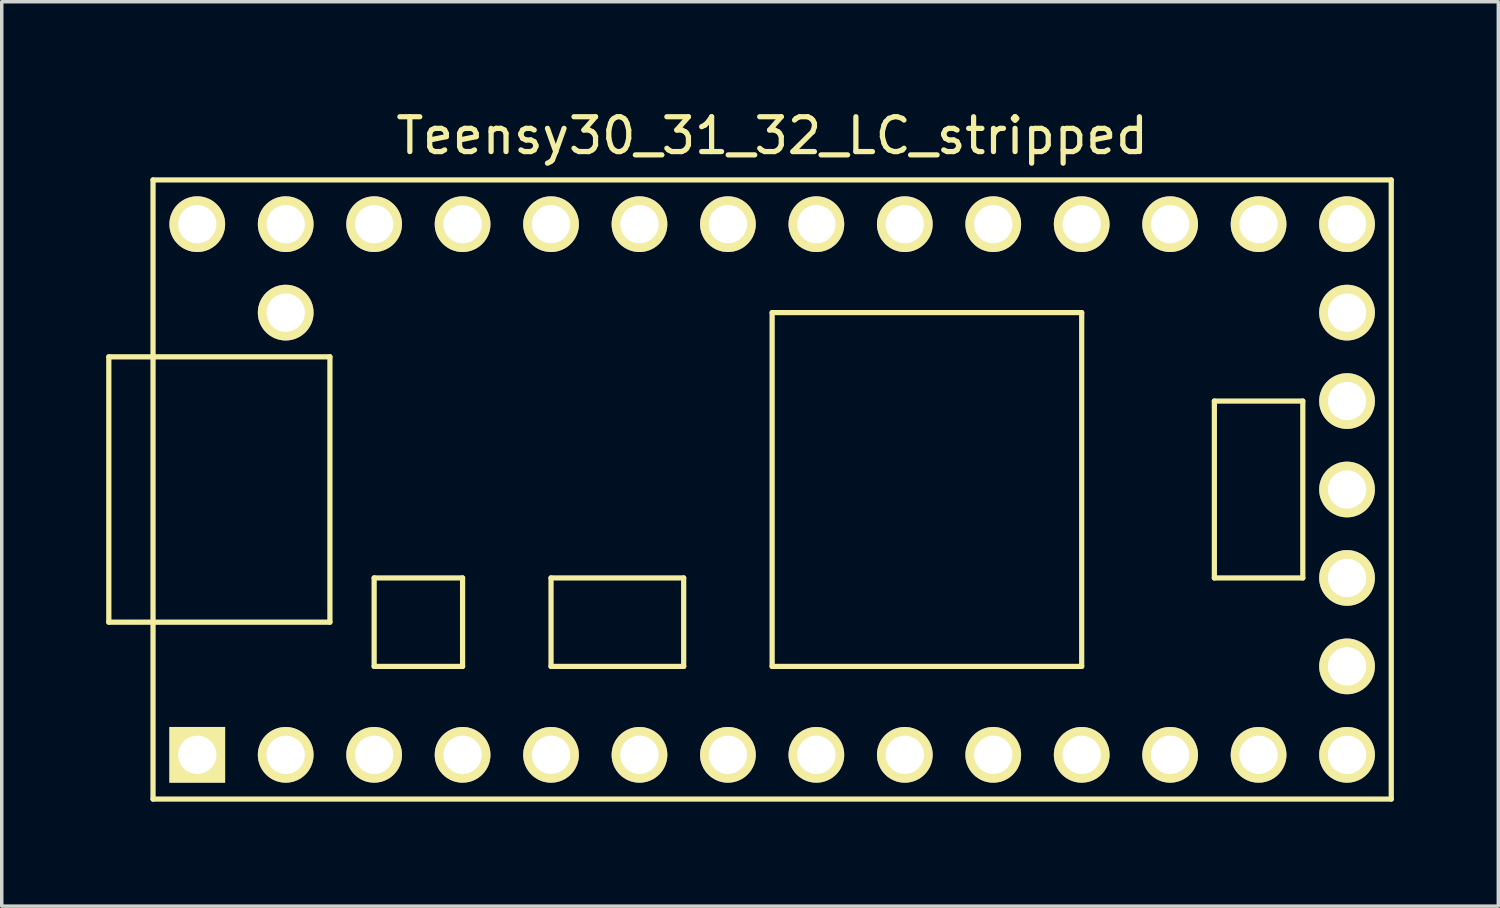
<source format=kicad_pcb>
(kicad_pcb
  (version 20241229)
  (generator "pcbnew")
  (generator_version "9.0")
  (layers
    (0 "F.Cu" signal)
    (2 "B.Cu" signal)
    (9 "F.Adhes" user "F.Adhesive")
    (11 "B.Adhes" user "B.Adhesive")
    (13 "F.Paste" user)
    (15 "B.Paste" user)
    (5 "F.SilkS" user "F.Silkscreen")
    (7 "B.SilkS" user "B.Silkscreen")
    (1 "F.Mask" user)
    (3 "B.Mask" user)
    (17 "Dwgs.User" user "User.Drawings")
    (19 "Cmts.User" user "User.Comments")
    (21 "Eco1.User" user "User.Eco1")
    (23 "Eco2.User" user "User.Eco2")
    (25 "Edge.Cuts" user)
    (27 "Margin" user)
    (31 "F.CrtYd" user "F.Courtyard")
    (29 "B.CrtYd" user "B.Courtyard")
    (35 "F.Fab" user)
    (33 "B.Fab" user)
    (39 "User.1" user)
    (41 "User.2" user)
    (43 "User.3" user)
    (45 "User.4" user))
  (footprint "Teensy30_31_32_LC_stripped"
    (layer "F.Cu")
    (at 19.125 11.008)
    (property "Reference" "Teensy30_31_32_LC_stripped" (at 0 -10.16 0) (layer "F.SilkS") (effects (font (size 1 1) (thickness 0.15))))
    (attr through_hole)
    (fp_line (start -19.05 -3.81) (end -17.78 -3.81) (stroke (width 0.15) (type solid)) (layer "F.SilkS"))
    (fp_line (start -19.05 3.81) (end -19.05 -3.81) (stroke (width 0.15) (type solid)) (layer "F.SilkS"))
    (fp_line (start -17.78 -8.89) (end 17.78 -8.89) (stroke (width 0.15) (type solid)) (layer "F.SilkS"))
    (fp_line (start -17.78 3.81) (end -19.05 3.81) (stroke (width 0.15) (type solid)) (layer "F.SilkS"))
    (fp_line (start -17.78 8.89) (end -17.78 -8.89) (stroke (width 0.15) (type solid)) (layer "F.SilkS"))
    (fp_line (start -12.7 -3.81) (end -17.78 -3.81) (stroke (width 0.15) (type solid)) (layer "F.SilkS"))
    (fp_line (start -12.7 3.81) (end -17.78 3.81) (stroke (width 0.15) (type solid)) (layer "F.SilkS"))
    (fp_line (start -12.7 3.81) (end -12.7 -3.81) (stroke (width 0.15) (type solid)) (layer "F.SilkS"))
    (fp_line (start -11.43 2.54) (end -11.43 5.08) (stroke (width 0.15) (type solid)) (layer "F.SilkS"))
    (fp_line (start -11.43 5.08) (end -8.89 5.08) (stroke (width 0.15) (type solid)) (layer "F.SilkS"))
    (fp_line (start -8.89 2.54) (end -11.43 2.54) (stroke (width 0.15) (type solid)) (layer "F.SilkS"))
    (fp_line (start -8.89 5.08) (end -8.89 2.54) (stroke (width 0.15) (type solid)) (layer "F.SilkS"))
    (fp_line (start -6.35 2.54) (end -6.35 5.08) (stroke (width 0.15) (type solid)) (layer "F.SilkS"))
    (fp_line (start -6.35 5.08) (end -2.54 5.08) (stroke (width 0.15) (type solid)) (layer "F.SilkS"))
    (fp_line (start -2.54 2.54) (end -6.35 2.54) (stroke (width 0.15) (type solid)) (layer "F.SilkS"))
    (fp_line (start -2.54 5.08) (end -2.54 2.54) (stroke (width 0.15) (type solid)) (layer "F.SilkS"))
    (fp_line (start 0 -5.08) (end 0 5.08) (stroke (width 0.15) (type solid)) (layer "F.SilkS"))
    (fp_line (start 8.89 -5.08) (end 0 -5.08) (stroke (width 0.15) (type solid)) (layer "F.SilkS"))
    (fp_line (start 8.89 5.08) (end 0 5.08) (stroke (width 0.15) (type solid)) (layer "F.SilkS"))
    (fp_line (start 8.89 5.08) (end 8.89 -5.08) (stroke (width 0.15) (type solid)) (layer "F.SilkS"))
    (fp_line (start 12.7 -2.54) (end 15.24 -2.54) (stroke (width 0.15) (type solid)) (layer "F.SilkS"))
    (fp_line (start 12.7 2.54) (end 12.7 -2.54) (stroke (width 0.15) (type solid)) (layer "F.SilkS"))
    (fp_line (start 15.24 -2.54) (end 15.24 2.54) (stroke (width 0.15) (type solid)) (layer "F.SilkS"))
    (fp_line (start 15.24 2.54) (end 12.7 2.54) (stroke (width 0.15) (type solid)) (layer "F.SilkS"))
    (fp_line (start 17.78 -8.89) (end 17.78 8.89) (stroke (width 0.15) (type solid)) (layer "F.SilkS"))
    (fp_line (start 17.78 8.89) (end -17.78 8.89) (stroke (width 0.15) (type solid)) (layer "F.SilkS"))
    (pad "1" thru_hole rect (at -16.51 7.62) (size 1.6 1.6) (drill 1.1) (layers "*.Cu" "*.Mask" "F.SilkS"))
    (pad "2" thru_hole circle (at -13.97 7.62) (size 1.6 1.6) (drill 1.1) (layers "*.Cu" "*.Mask" "F.SilkS"))
    (pad "3" thru_hole circle (at -11.43 7.62) (size 1.6 1.6) (drill 1.1) (layers "*.Cu" "*.Mask" "F.SilkS"))
    (pad "4" thru_hole circle (at -8.89 7.62) (size 1.6 1.6) (drill 1.1) (layers "*.Cu" "*.Mask" "F.SilkS"))
    (pad "5" thru_hole circle (at -6.35 7.62) (size 1.6 1.6) (drill 1.1) (layers "*.Cu" "*.Mask" "F.SilkS"))
    (pad "6" thru_hole circle (at -3.81 7.62) (size 1.6 1.6) (drill 1.1) (layers "*.Cu" "*.Mask" "F.SilkS"))
    (pad "7" thru_hole circle (at -1.27 7.62) (size 1.6 1.6) (drill 1.1) (layers "*.Cu" "*.Mask" "F.SilkS"))
    (pad "8" thru_hole circle (at 1.27 7.62) (size 1.6 1.6) (drill 1.1) (layers "*.Cu" "*.Mask" "F.SilkS"))
    (pad "9" thru_hole circle (at 3.81 7.62) (size 1.6 1.6) (drill 1.1) (layers "*.Cu" "*.Mask" "F.SilkS"))
    (pad "10" thru_hole circle (at 6.35 7.62) (size 1.6 1.6) (drill 1.1) (layers "*.Cu" "*.Mask" "F.SilkS"))
    (pad "11" thru_hole circle (at 8.89 7.62) (size 1.6 1.6) (drill 1.1) (layers "*.Cu" "*.Mask" "F.SilkS"))
    (pad "12" thru_hole circle (at 11.43 7.62) (size 1.6 1.6) (drill 1.1) (layers "*.Cu" "*.Mask" "F.SilkS"))
    (pad "13" thru_hole circle (at 13.97 7.62) (size 1.6 1.6) (drill 1.1) (layers "*.Cu" "*.Mask" "F.SilkS"))
    (pad "14" thru_hole circle (at 16.51 7.62) (size 1.6 1.6) (drill 1.1) (layers "*.Cu" "*.Mask" "F.SilkS"))
    (pad "15" thru_hole circle (at 16.51 5.08) (size 1.6 1.6) (drill 1.1) (layers "*.Cu" "*.Mask" "F.SilkS"))
    (pad "16" thru_hole circle (at 16.51 2.54) (size 1.6 1.6) (drill 1.1) (layers "*.Cu" "*.Mask" "F.SilkS"))
    (pad "17" thru_hole circle (at 16.51 0) (size 1.6 1.6) (drill 1.1) (layers "*.Cu" "*.Mask" "F.SilkS"))
    (pad "18" thru_hole circle (at 16.51 -2.54) (size 1.6 1.6) (drill 1.1) (layers "*.Cu" "*.Mask" "F.SilkS"))
    (pad "19" thru_hole circle (at 16.51 -5.08) (size 1.6 1.6) (drill 1.1) (layers "*.Cu" "*.Mask" "F.SilkS"))
    (pad "20" thru_hole circle (at 16.51 -7.62) (size 1.6 1.6) (drill 1.1) (layers "*.Cu" "*.Mask" "F.SilkS"))
    (pad "21" thru_hole circle (at 13.97 -7.62) (size 1.6 1.6) (drill 1.1) (layers "*.Cu" "*.Mask" "F.SilkS"))
    (pad "22" thru_hole circle (at 11.43 -7.62) (size 1.6 1.6) (drill 1.1) (layers "*.Cu" "*.Mask" "F.SilkS"))
    (pad "23" thru_hole circle (at 8.89 -7.62) (size 1.6 1.6) (drill 1.1) (layers "*.Cu" "*.Mask" "F.SilkS"))
    (pad "24" thru_hole circle (at 6.35 -7.62) (size 1.6 1.6) (drill 1.1) (layers "*.Cu" "*.Mask" "F.SilkS"))
    (pad "25" thru_hole circle (at 3.81 -7.62) (size 1.6 1.6) (drill 1.1) (layers "*.Cu" "*.Mask" "F.SilkS"))
    (pad "26" thru_hole circle (at 1.27 -7.62) (size 1.6 1.6) (drill 1.1) (layers "*.Cu" "*.Mask" "F.SilkS"))
    (pad "27" thru_hole circle (at -1.27 -7.62) (size 1.6 1.6) (drill 1.1) (layers "*.Cu" "*.Mask" "F.SilkS"))
    (pad "28" thru_hole circle (at -3.81 -7.62) (size 1.6 1.6) (drill 1.1) (layers "*.Cu" "*.Mask" "F.SilkS"))
    (pad "29" thru_hole circle (at -6.35 -7.62) (size 1.6 1.6) (drill 1.1) (layers "*.Cu" "*.Mask" "F.SilkS"))
    (pad "30" thru_hole circle (at -8.89 -7.62) (size 1.6 1.6) (drill 1.1) (layers "*.Cu" "*.Mask" "F.SilkS"))
    (pad "31" thru_hole circle (at -11.43 -7.62) (size 1.6 1.6) (drill 1.1) (layers "*.Cu" "*.Mask" "F.SilkS"))
    (pad "32" thru_hole circle (at -13.97 -7.62) (size 1.6 1.6) (drill 1.1) (layers "*.Cu" "*.Mask" "F.SilkS"))
    (pad "33" thru_hole circle (at -16.51 -7.62) (size 1.6 1.6) (drill 1.1) (layers "*.Cu" "*.Mask" "F.SilkS"))
    (pad "34" thru_hole circle (at -13.97 -5.08) (size 1.6 1.6) (drill 1.1) (layers "*.Cu" "*.Mask" "F.SilkS")))
  (gr_rect
    (start -3 -3)
    (end 39.98 22.973)
    (stroke (width 0.1) (type default))
    (fill no)
    (layer "Edge.Cuts")))
</source>
